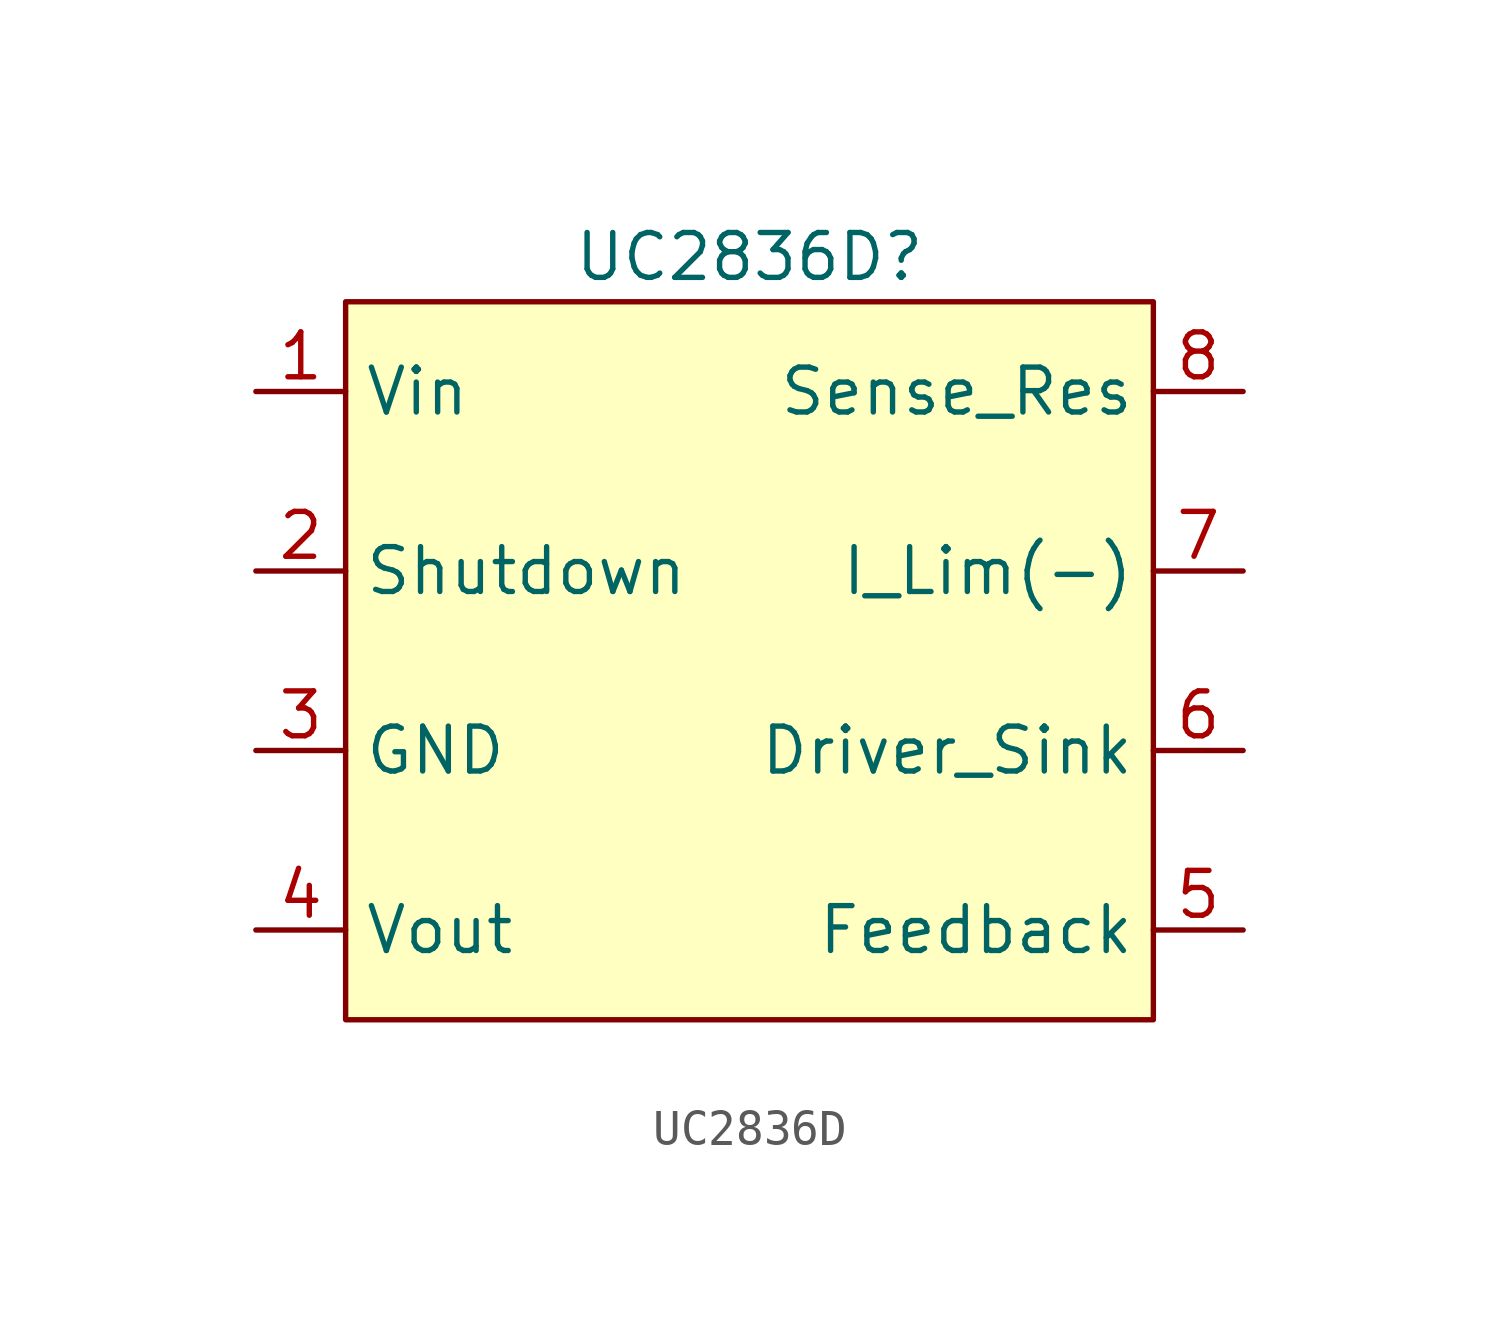
<source format=kicad_sym>
(kicad_symbol_lib
  (version 20241209)
  (generator "kicad_symbol_editor")
  (generator_version "9.0")
  (symbol "UC2836D"
    (property "Reference" "UC2836D"
      (at 0 0 0)
      (effects (font (size 1.27 1.27))))
    (property "Value" ""
      (at 0 0 0)
      (effects (font (size 1.27 1.27))))
    (symbol "UC2836D_1_1"
      (rectangle (start -11.43 -1.27) (end 11.43 -21.59) (stroke (width 0) (type solid)) (fill (type background)))
      (pin input line (at -13.97 -3.81 0) (length 2.54) (name "Vin" (effects (font (size 1.27 1.27)))) (number "1" (effects (font (size 1.27 1.27)))))
      (pin input line (at -13.97 -8.89 0) (length 2.54) (name "Shutdown" (effects (font (size 1.27 1.27)))) (number "2" (effects (font (size 1.27 1.27)))))
      (pin output line (at -13.97 -13.97 0) (length 2.54) (name "GND" (effects (font (size 1.27 1.27)))) (number "3" (effects (font (size 1.27 1.27)))))
      (pin output line (at -13.97 -19.05 0) (length 2.54) (name "Vout" (effects (font (size 1.27 1.27)))) (number "4" (effects (font (size 1.27 1.27)))))
      (pin unspecified line (at 13.97 -3.81 180) (length 2.54) (name "Sense_Res" (effects (font (size 1.27 1.27)))) (number "8" (effects (font (size 1.27 1.27)))))
      (pin output line (at 13.97 -8.89 180) (length 2.54) (name "I_Lim(-)" (effects (font (size 1.27 1.27)))) (number "7" (effects (font (size 1.27 1.27)))))
      (pin input line (at 13.97 -13.97 180) (length 2.54) (name "Driver_Sink" (effects (font (size 1.27 1.27)))) (number "6" (effects (font (size 1.27 1.27)))))
      (pin input line (at 13.97 -19.05 180) (length 2.54) (name "Feedback" (effects (font (size 1.27 1.27)))) (number "5" (effects (font (size 1.27 1.27))))))))
</source>
